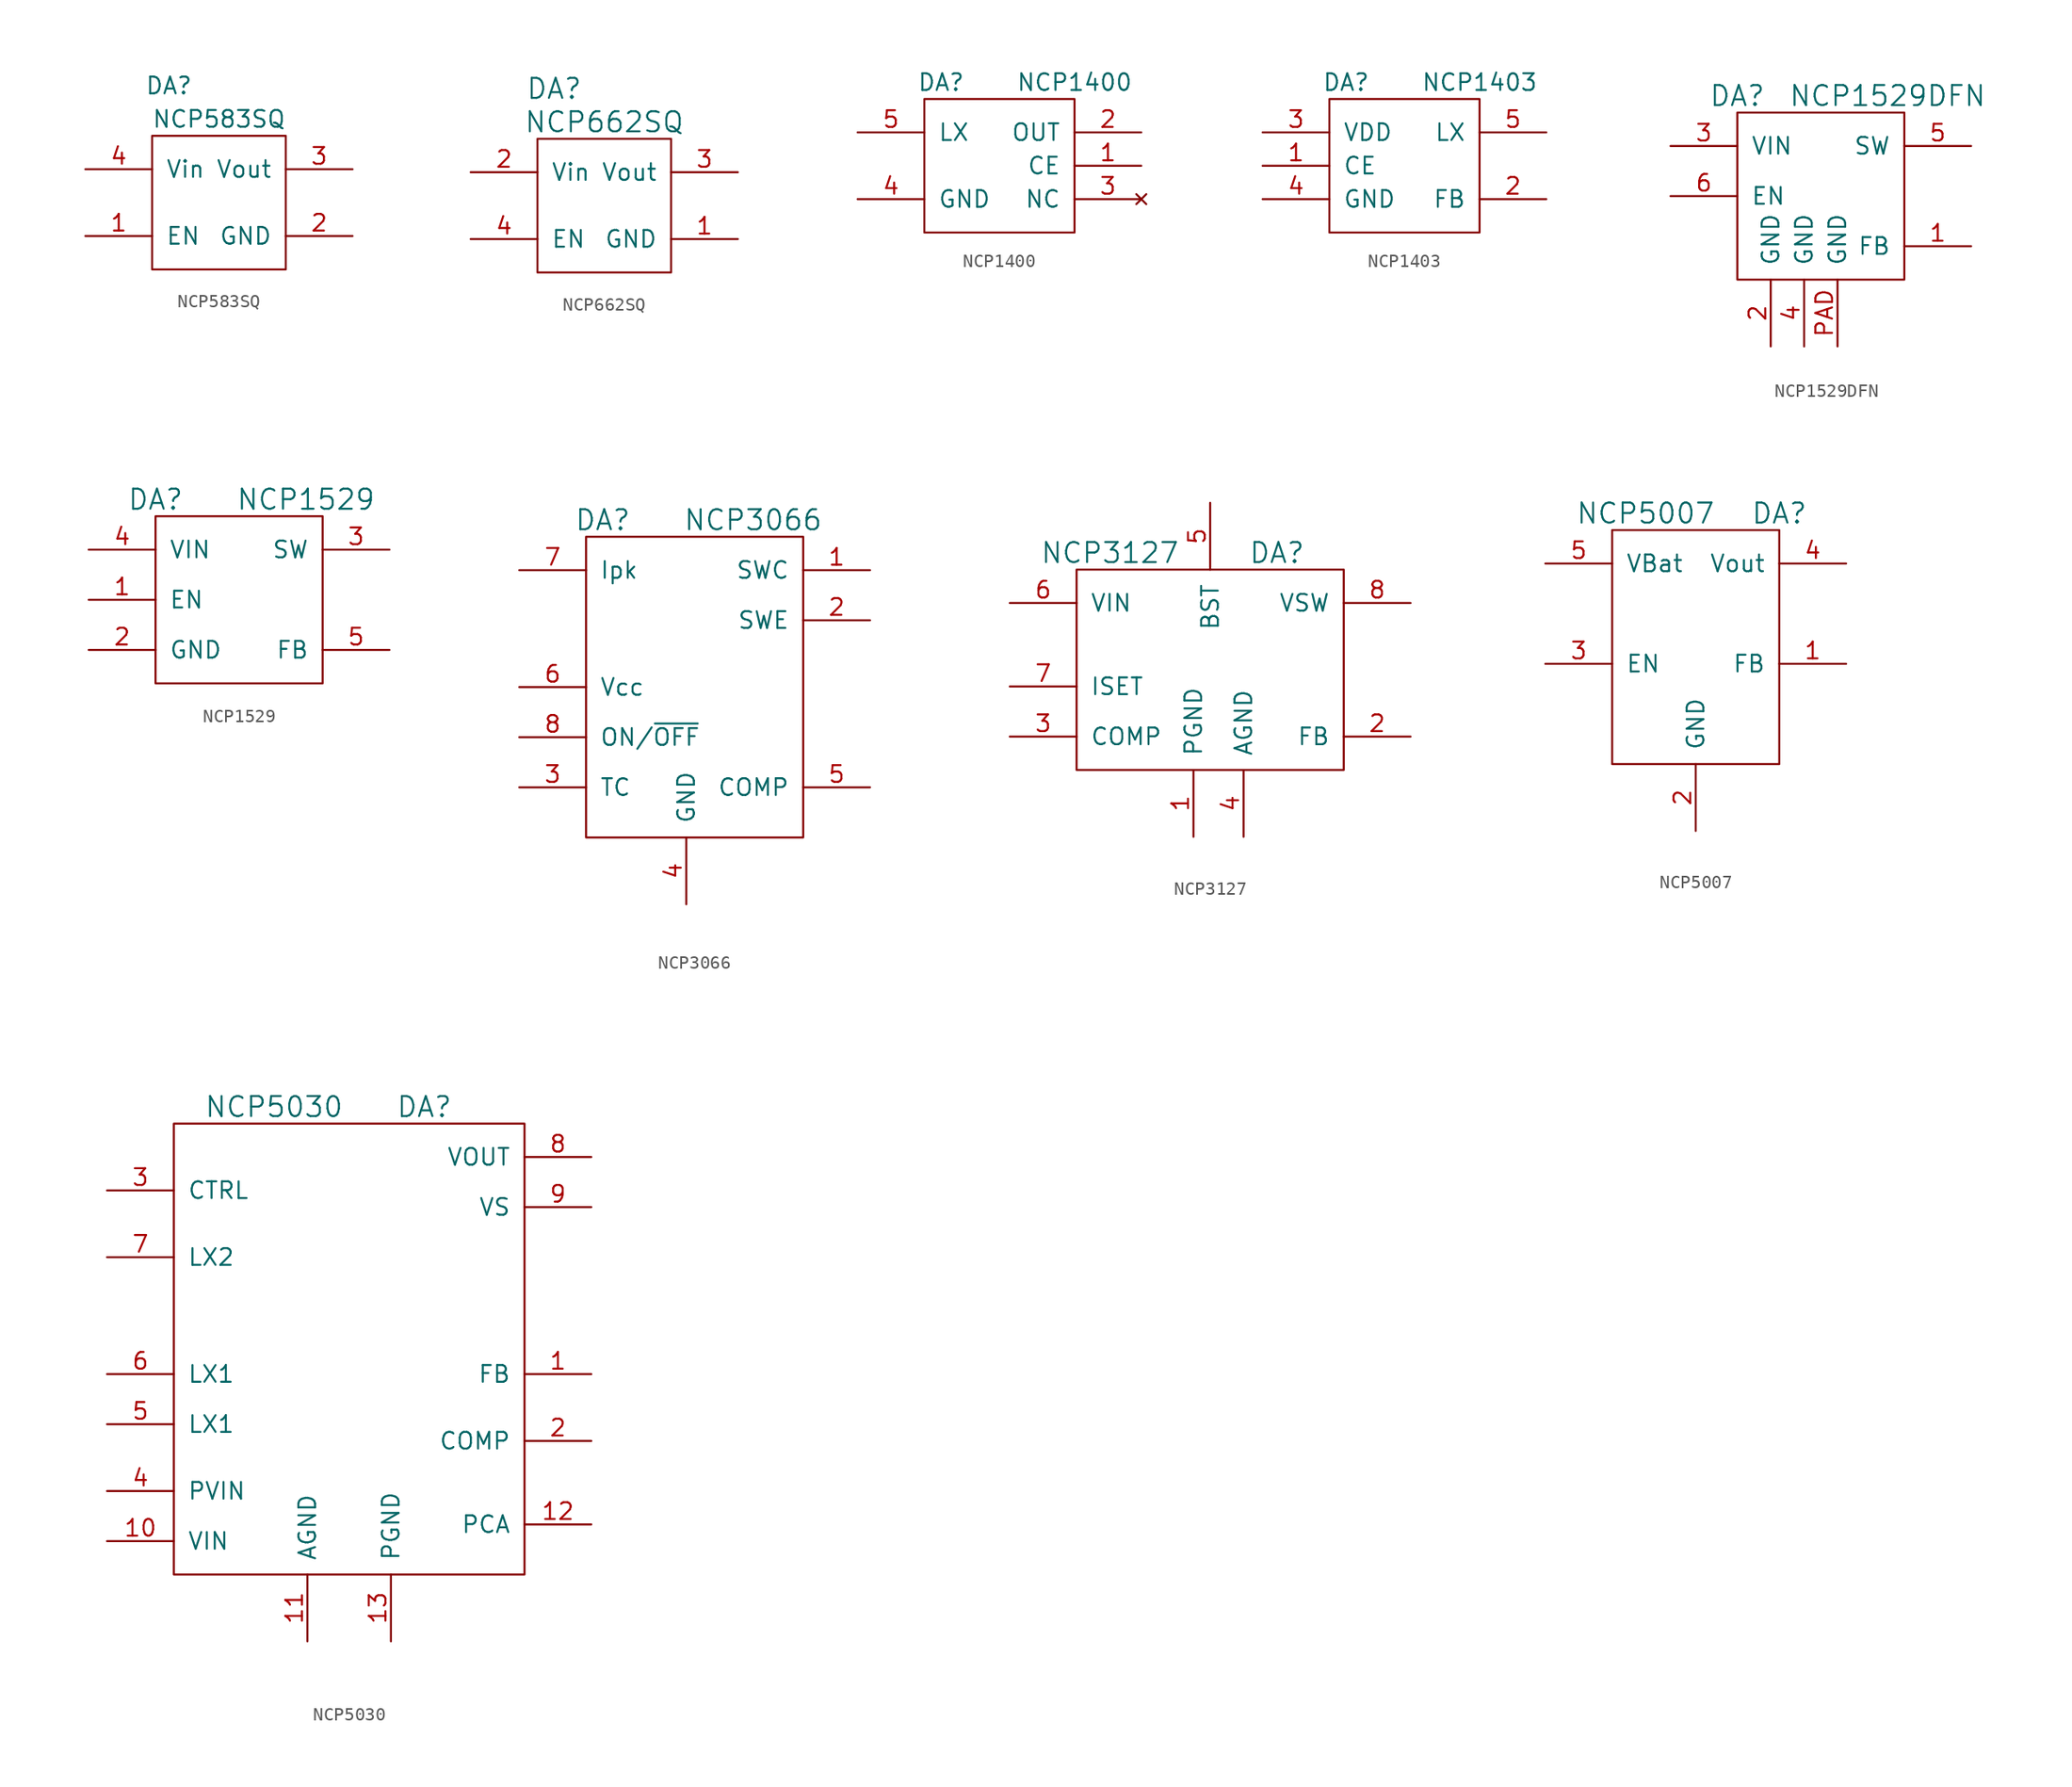
<source format=kicad_sym>
(kicad_symbol_lib
  (version 20231120)
  (generator "kicad_symbol_editor")
  (generator_version "8.0")
  (symbol "NCP583SQ"
    (pin_names
      (offset 1.016))
    (property "Reference" "DA"
      (at -3.81 8.89 0)
      (effects (font (size 1.27 1.27))))
    (property "Value" "NCP583SQ"
      (at 0 6.35 0)
      (effects (font (size 1.27 1.27))))
    (symbol "NCP583SQ_0_1"
      (rectangle (start -5.08 5.08) (end 5.08 -5.08) (stroke (width 0) (type default)) (fill (type none))))
    (symbol "NCP583SQ_1_1"
      (pin passive line (at -10.16 -2.54 0) (length 5.08) (name "EN" (effects (font (size 1.27 1.27)))) (number "1" (effects (font (size 1.27 1.27)))))
      (pin power_in line (at 10.16 -2.54 180) (length 5.08) (name "GND" (effects (font (size 1.27 1.27)))) (number "2" (effects (font (size 1.27 1.27)))))
      (pin power_out line (at 10.16 2.54 180) (length 5.08) (name "Vout" (effects (font (size 1.27 1.27)))) (number "3" (effects (font (size 1.27 1.27)))))
      (pin power_in line (at -10.16 2.54 0) (length 5.08) (name "Vin" (effects (font (size 1.27 1.27)))) (number "4" (effects (font (size 1.27 1.27)))))))
  (symbol "NCP662SQ"
    (pin_names
      (offset 1.016))
    (property "Reference" "DA"
      (at -3.81 8.89 0)
      (effects (font (size 1.524 1.524))))
    (property "Value" "NCP662SQ"
      (at 0 6.35 0)
      (effects (font (size 1.524 1.524))))
    (property "Footprint" ""
      (at 0 0 0)
      (effects (font (size 1.524 1.524))))
    (property "Datasheet" ""
      (at 0 0 0)
      (effects (font (size 1.524 1.524))))
    (symbol "NCP662SQ_0_1"
      (rectangle (start -5.08 5.08) (end 5.08 -5.08) (stroke (width 0) (type default)) (fill (type none))))
    (symbol "NCP662SQ_1_1"
      (pin power_in line (at 10.16 -2.54 180) (length 5.08) (name "GND" (effects (font (size 1.27 1.27)))) (number "1" (effects (font (size 1.27 1.27)))))
      (pin power_in line (at -10.16 2.54 0) (length 5.08) (name "Vin" (effects (font (size 1.27 1.27)))) (number "2" (effects (font (size 1.27 1.27)))))
      (pin power_out line (at 10.16 2.54 180) (length 5.08) (name "Vout" (effects (font (size 1.27 1.27)))) (number "3" (effects (font (size 1.27 1.27)))))
      (pin passive line (at -10.16 -2.54 0) (length 5.08) (name "EN" (effects (font (size 1.27 1.27)))) (number "4" (effects (font (size 1.27 1.27)))))))
  (symbol "NCP1400"
    (pin_names
      (offset 1.016))
    (property "Reference" "DA"
      (at -5.08 6.35 0)
      (effects (font (size 1.27 1.27))))
    (property "Value" "NCP1400"
      (at 5.08 6.35 0)
      (effects (font (size 1.27 1.27))))
    (symbol "NCP1400_0_1"
      (rectangle (start -6.35 5.08) (end 5.08 -5.08) (stroke (width 0) (type default)) (fill (type none))))
    (symbol "NCP1400_1_1"
      (pin passive line (at 10.16 0 180) (length 5.08) (name "CE" (effects (font (size 1.27 1.27)))) (number "1" (effects (font (size 1.27 1.27)))))
      (pin power_out line (at 10.16 2.54 180) (length 5.08) (name "OUT" (effects (font (size 1.27 1.27)))) (number "2" (effects (font (size 1.27 1.27)))))
      (pin no_connect line (at 10.16 -2.54 180) (length 5.08) (name "NC" (effects (font (size 1.27 1.27)))) (number "3" (effects (font (size 1.27 1.27)))))
      (pin power_in line (at -11.43 -2.54 0) (length 5.08) (name "GND" (effects (font (size 1.27 1.27)))) (number "4" (effects (font (size 1.27 1.27)))))
      (pin passive line (at -11.43 2.54 0) (length 5.08) (name "LX" (effects (font (size 1.27 1.27)))) (number "5" (effects (font (size 1.27 1.27)))))))
  (symbol "NCP1403"
    (pin_names
      (offset 1.016))
    (property "Reference" "DA"
      (at -5.08 6.35 0)
      (effects (font (size 1.27 1.27))))
    (property "Value" "NCP1403"
      (at 5.08 6.35 0)
      (effects (font (size 1.27 1.27))))
    (symbol "NCP1403_0_1"
      (rectangle (start -6.35 5.08) (end 5.08 -5.08) (stroke (width 0) (type default)) (fill (type none))))
    (symbol "NCP1403_1_1"
      (pin passive line (at -11.43 0 0) (length 5.08) (name "CE" (effects (font (size 1.27 1.27)))) (number "1" (effects (font (size 1.27 1.27)))))
      (pin passive line (at 10.16 -2.54 180) (length 5.08) (name "FB" (effects (font (size 1.27 1.27)))) (number "2" (effects (font (size 1.27 1.27)))))
      (pin power_in line (at -11.43 2.54 0) (length 5.08) (name "VDD" (effects (font (size 1.27 1.27)))) (number "3" (effects (font (size 1.27 1.27)))))
      (pin power_in line (at -11.43 -2.54 0) (length 5.08) (name "GND" (effects (font (size 1.27 1.27)))) (number "4" (effects (font (size 1.27 1.27)))))
      (pin passive line (at 10.16 2.54 180) (length 5.08) (name "LX" (effects (font (size 1.27 1.27)))) (number "5" (effects (font (size 1.27 1.27)))))))
  (symbol "NCP1529DFN"
    (pin_names
      (offset 1.016))
    (property "Reference" "DA"
      (at -6.35 7.62 0)
      (effects (font (size 1.524 1.524))))
    (property "Value" "NCP1529DFN"
      (at 5.08 7.62 0)
      (effects (font (size 1.524 1.524))))
    (symbol "NCP1529DFN_0_1"
      (rectangle (start -6.35 6.35) (end 6.35 -6.35) (stroke (width 0) (type default)) (fill (type none))))
    (symbol "NCP1529DFN_1_1"
      (pin passive line (at 11.43 -3.81 180) (length 5.08) (name "FB" (effects (font (size 1.27 1.27)))) (number "1" (effects (font (size 1.27 1.27)))))
      (pin power_in line (at -3.81 -11.43 90) (length 5.08) (name "GND" (effects (font (size 1.27 1.27)))) (number "2" (effects (font (size 1.27 1.27)))))
      (pin power_in line (at -11.43 3.81 0) (length 5.08) (name "VIN" (effects (font (size 1.27 1.27)))) (number "3" (effects (font (size 1.27 1.27)))))
      (pin power_in line (at -1.27 -11.43 90) (length 5.08) (name "GND" (effects (font (size 1.27 1.27)))) (number "4" (effects (font (size 1.27 1.27)))))
      (pin passive line (at 11.43 3.81 180) (length 5.08) (name "SW" (effects (font (size 1.27 1.27)))) (number "5" (effects (font (size 1.27 1.27)))))
      (pin passive line (at -11.43 0 0) (length 5.08) (name "EN" (effects (font (size 1.27 1.27)))) (number "6" (effects (font (size 1.27 1.27)))))
      (pin power_in line (at 1.27 -11.43 90) (length 5.08) (name "GND" (effects (font (size 1.27 1.27)))) (number "PAD" (effects (font (size 1.27 1.27)))))))
  (symbol "NCP1529"
    (pin_names
      (offset 1.016))
    (property "Reference" "DA"
      (at -6.35 7.62 0)
      (effects (font (size 1.524 1.524))))
    (property "Value" "NCP1529"
      (at 5.08 7.62 0)
      (effects (font (size 1.524 1.524))))
    (property "Footprint" ""
      (at 0 0 0)
      (effects (font (size 1.524 1.524))))
    (property "Datasheet" ""
      (at 0 0 0)
      (effects (font (size 1.524 1.524))))
    (symbol "NCP1529_0_1"
      (rectangle (start -6.35 6.35) (end 6.35 -6.35) (stroke (width 0) (type default)) (fill (type none))))
    (symbol "NCP1529_1_1"
      (pin passive line (at -11.43 0 0) (length 5.08) (name "EN" (effects (font (size 1.27 1.27)))) (number "1" (effects (font (size 1.27 1.27)))))
      (pin power_in line (at -11.43 -3.81 0) (length 5.08) (name "GND" (effects (font (size 1.27 1.27)))) (number "2" (effects (font (size 1.27 1.27)))))
      (pin passive line (at 11.43 3.81 180) (length 5.08) (name "SW" (effects (font (size 1.27 1.27)))) (number "3" (effects (font (size 1.27 1.27)))))
      (pin power_in line (at -11.43 3.81 0) (length 5.08) (name "VIN" (effects (font (size 1.27 1.27)))) (number "4" (effects (font (size 1.27 1.27)))))
      (pin passive line (at 11.43 -3.81 180) (length 5.08) (name "FB" (effects (font (size 1.27 1.27)))) (number "5" (effects (font (size 1.27 1.27)))))))
  (symbol "NCP3066"
    (pin_names
      (offset 1.016))
    (property "Reference" "DA"
      (at -6.35 13.97 0)
      (effects (font (size 1.524 1.524))))
    (property "Value" "NCP3066"
      (at 5.08 13.97 0)
      (effects (font (size 1.524 1.524))))
    (property "Footprint" ""
      (at 0 0 0)
      (effects (font (size 1.524 1.524))))
    (property "Datasheet" ""
      (at 0 0 0)
      (effects (font (size 1.524 1.524))))
    (symbol "NCP3066_0_1"
      (rectangle (start -7.62 12.7) (end 8.89 -10.16) (stroke (width 0) (type default)) (fill (type none))))
    (symbol "NCP3066_1_1"
      (pin passive line (at 13.97 10.16 180) (length 5.08) (name "SWC" (effects (font (size 1.27 1.27)))) (number "1" (effects (font (size 1.27 1.27)))))
      (pin passive line (at 13.97 6.35 180) (length 5.08) (name "SWE" (effects (font (size 1.27 1.27)))) (number "2" (effects (font (size 1.27 1.27)))))
      (pin passive line (at -12.7 -6.35 0) (length 5.08) (name "TC" (effects (font (size 1.27 1.27)))) (number "3" (effects (font (size 1.27 1.27)))))
      (pin power_in line (at 0 -15.24 90) (length 5.08) (name "GND" (effects (font (size 1.27 1.27)))) (number "4" (effects (font (size 1.27 1.27)))))
      (pin passive line (at 13.97 -6.35 180) (length 5.08) (name "COMP" (effects (font (size 1.27 1.27)))) (number "5" (effects (font (size 1.27 1.27)))))
      (pin power_in line (at -12.7 1.27 0) (length 5.08) (name "Vcc" (effects (font (size 1.27 1.27)))) (number "6" (effects (font (size 1.27 1.27)))))
      (pin passive line (at -12.7 10.16 0) (length 5.08) (name "Ipk" (effects (font (size 1.27 1.27)))) (number "7" (effects (font (size 1.27 1.27)))))
      (pin passive line (at -12.7 -2.54 0) (length 5.08) (name "ON/~{OFF}" (effects (font (size 1.27 1.27)))) (number "8" (effects (font (size 1.27 1.27)))))))
  (symbol "NCP3127"
    (pin_names
      (offset 1.016))
    (property "Reference" "DA"
      (at 5.08 7.62 0)
      (effects (font (size 1.524 1.524))))
    (property "Value" "NCP3127"
      (at -7.62 7.62 0)
      (effects (font (size 1.524 1.524))))
    (property "Datasheet" ""
      (at 1.27 0 0)
      (effects (font (size 1.524 1.524))))
    (symbol "NCP3127_0_1"
      (rectangle (start -10.16 6.35) (end 10.16 -8.89) (stroke (width 0) (type default)) (fill (type none))))
    (symbol "NCP3127_1_1"
      (pin power_in line (at -1.27 -13.97 90) (length 5.08) (name "PGND" (effects (font (size 1.27 1.27)))) (number "1" (effects (font (size 1.27 1.27)))))
      (pin passive line (at 15.24 -6.35 180) (length 5.08) (name "FB" (effects (font (size 1.27 1.27)))) (number "2" (effects (font (size 1.27 1.27)))))
      (pin passive line (at -15.24 -6.35 0) (length 5.08) (name "COMP" (effects (font (size 1.27 1.27)))) (number "3" (effects (font (size 1.27 1.27)))))
      (pin power_in line (at 2.54 -13.97 90) (length 5.08) (name "AGND" (effects (font (size 1.27 1.27)))) (number "4" (effects (font (size 1.27 1.27)))))
      (pin passive line (at 0 11.43 270) (length 5.08) (name "BST" (effects (font (size 1.27 1.27)))) (number "5" (effects (font (size 1.27 1.27)))))
      (pin passive line (at -15.24 3.81 0) (length 5.08) (name "VIN" (effects (font (size 1.27 1.27)))) (number "6" (effects (font (size 1.27 1.27)))))
      (pin passive line (at -15.24 -2.54 0) (length 5.08) (name "ISET" (effects (font (size 1.27 1.27)))) (number "7" (effects (font (size 1.27 1.27)))))
      (pin passive line (at 15.24 3.81 180) (length 5.08) (name "VSW" (effects (font (size 1.27 1.27)))) (number "8" (effects (font (size 1.27 1.27)))))))
  (symbol "NCP5007"
    (pin_names
      (offset 1.016))
    (property "Reference" "DA"
      (at 6.35 12.7 0)
      (effects (font (size 1.524 1.524))))
    (property "Value" "NCP5007"
      (at -3.81 12.7 0)
      (effects (font (size 1.524 1.524))))
    (property "Footprint" ""
      (at 0 0 0)
      (effects (font (size 1.524 1.524))))
    (property "Datasheet" ""
      (at 0 0 0)
      (effects (font (size 1.524 1.524))))
    (symbol "NCP5007_0_1"
      (rectangle (start -6.35 11.43) (end 6.35 -6.35) (stroke (width 0) (type default)) (fill (type none))))
    (symbol "NCP5007_1_1"
      (pin passive line (at 11.43 1.27 180) (length 5.08) (name "FB" (effects (font (size 1.27 1.27)))) (number "1" (effects (font (size 1.27 1.27)))))
      (pin power_in line (at 0 -11.43 90) (length 5.08) (name "GND" (effects (font (size 1.27 1.27)))) (number "2" (effects (font (size 1.27 1.27)))))
      (pin passive line (at -11.43 1.27 0) (length 5.08) (name "EN" (effects (font (size 1.27 1.27)))) (number "3" (effects (font (size 1.27 1.27)))))
      (pin passive line (at 11.43 8.89 180) (length 5.08) (name "Vout" (effects (font (size 1.27 1.27)))) (number "4" (effects (font (size 1.27 1.27)))))
      (pin power_in line (at -11.43 8.89 0) (length 5.08) (name "VBat" (effects (font (size 1.27 1.27)))) (number "5" (effects (font (size 1.27 1.27)))))))
  (symbol "NCP5030"
    (pin_names
      (offset 1.016))
    (property "Reference" "DA"
      (at 10.16 25.4 0)
      (effects (font (size 1.524 1.524))))
    (property "Value" "NCP5030"
      (at -1.27 25.4 0)
      (effects (font (size 1.524 1.524))))
    (property "Footprint" ""
      (at 0 0 0)
      (effects (font (size 1.524 1.524))))
    (property "Datasheet" ""
      (at 0 0 0)
      (effects (font (size 1.524 1.524))))
    (symbol "NCP5030_0_1"
      (rectangle (start -8.89 -10.16) (end 17.78 24.13) (stroke (width 0) (type default)) (fill (type none))))
    (symbol "NCP5030_1_1"
      (pin input line (at 22.86 5.08 180) (length 5.08) (name "FB" (effects (font (size 1.27 1.27)))) (number "1" (effects (font (size 1.27 1.27)))))
      (pin input line (at -13.97 -7.62 0) (length 5.08) (name "VIN" (effects (font (size 1.27 1.27)))) (number "10" (effects (font (size 1.27 1.27)))))
      (pin input line (at 1.27 -15.24 90) (length 5.08) (name "AGND" (effects (font (size 1.27 1.27)))) (number "11" (effects (font (size 1.27 1.27)))))
      (pin input line (at 22.86 -6.35 180) (length 5.08) (name "PCA" (effects (font (size 1.27 1.27)))) (number "12" (effects (font (size 1.27 1.27)))))
      (pin input line (at 7.62 -15.24 90) (length 5.08) (name "PGND" (effects (font (size 1.27 1.27)))) (number "13" (effects (font (size 1.27 1.27)))))
      (pin input line (at 22.86 0 180) (length 5.08) (name "COMP" (effects (font (size 1.27 1.27)))) (number "2" (effects (font (size 1.27 1.27)))))
      (pin input line (at -13.97 19.05 0) (length 5.08) (name "CTRL" (effects (font (size 1.27 1.27)))) (number "3" (effects (font (size 1.27 1.27)))))
      (pin input line (at -13.97 -3.81 0) (length 5.08) (name "PVIN" (effects (font (size 1.27 1.27)))) (number "4" (effects (font (size 1.27 1.27)))))
      (pin input line (at -13.97 1.27 0) (length 5.08) (name "LX1" (effects (font (size 1.27 1.27)))) (number "5" (effects (font (size 1.27 1.27)))))
      (pin input line (at -13.97 5.08 0) (length 5.08) (name "LX1" (effects (font (size 1.27 1.27)))) (number "6" (effects (font (size 1.27 1.27)))))
      (pin input line (at -13.97 13.97 0) (length 5.08) (name "LX2" (effects (font (size 1.27 1.27)))) (number "7" (effects (font (size 1.27 1.27)))))
      (pin input line (at 22.86 21.59 180) (length 5.08) (name "VOUT" (effects (font (size 1.27 1.27)))) (number "8" (effects (font (size 1.27 1.27)))))
      (pin input line (at 22.86 17.78 180) (length 5.08) (name "VS" (effects (font (size 1.27 1.27)))) (number "9" (effects (font (size 1.27 1.27))))))))
</source>
